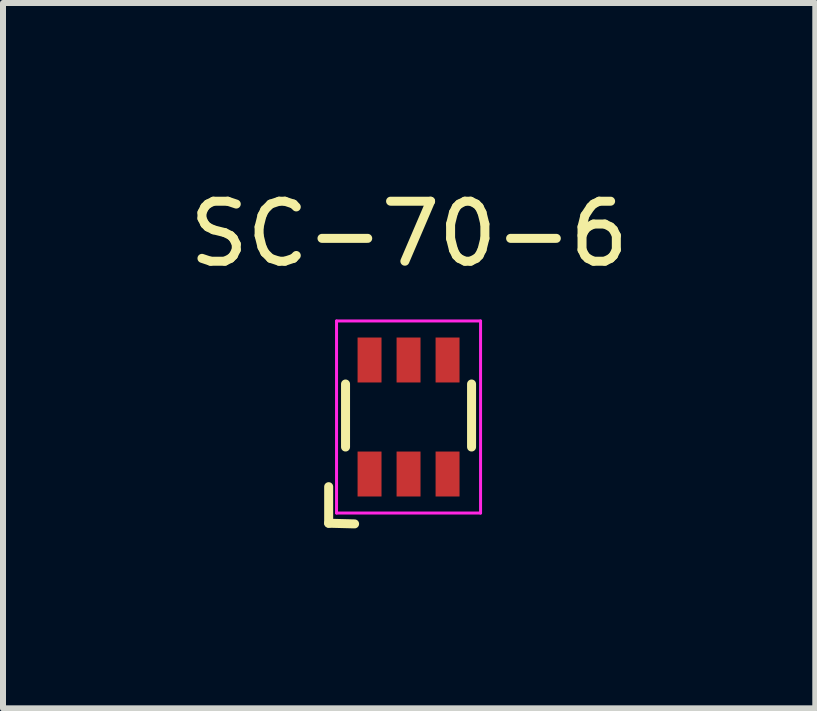
<source format=kicad_pcb>
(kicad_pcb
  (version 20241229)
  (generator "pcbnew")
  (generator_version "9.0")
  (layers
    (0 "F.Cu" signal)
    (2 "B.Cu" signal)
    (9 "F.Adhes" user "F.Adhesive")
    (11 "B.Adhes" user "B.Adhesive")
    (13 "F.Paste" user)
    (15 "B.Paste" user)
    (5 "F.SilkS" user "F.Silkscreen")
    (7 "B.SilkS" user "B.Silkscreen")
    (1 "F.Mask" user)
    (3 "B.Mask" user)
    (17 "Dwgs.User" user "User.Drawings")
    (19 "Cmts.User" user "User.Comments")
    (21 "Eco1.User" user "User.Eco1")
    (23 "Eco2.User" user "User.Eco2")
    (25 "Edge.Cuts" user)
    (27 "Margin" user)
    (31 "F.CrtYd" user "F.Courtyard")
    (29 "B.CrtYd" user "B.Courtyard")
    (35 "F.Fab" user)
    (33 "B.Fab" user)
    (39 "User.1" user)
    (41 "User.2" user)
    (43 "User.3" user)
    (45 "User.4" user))
  (footprint "SC-70-6"
    (layer "F.Cu")
    (at 3.758 3.899)
    (property "Reference" "SC-70-6" (at 0.01 -3.051 0) (layer "F.SilkS") (effects (font (size 1 1) (thickness 0.15))))
    (attr smd)
    (fp_line (start -1.331 1.161) (end -1.331 1.77) (stroke (width 0.15) (type solid)) (layer "F.SilkS"))
    (fp_line (start -1.331 1.77) (end -0.899 1.781) (stroke (width 0.15) (type solid)) (layer "F.SilkS"))
    (fp_line (start -1.05 -0.55) (end -1.05 0.5) (stroke (width 0.15) (type solid)) (layer "F.SilkS"))
    (fp_line (start 1.05 0.5) (end 1.05 -0.55) (stroke (width 0.15) (type solid)) (layer "F.SilkS"))
    (fp_line (start -1.2 -1.6) (end 1.2 -1.6) (stroke (width 0.05) (type solid)) (layer "F.CrtYd"))
    (fp_line (start -1.2 1.6) (end -1.2 -1.6) (stroke (width 0.05) (type solid)) (layer "F.CrtYd"))
    (fp_line (start 1.2 -1.6) (end 1.2 1.6) (stroke (width 0.05) (type solid)) (layer "F.CrtYd"))
    (fp_line (start 1.2 1.6) (end -1.2 1.6) (stroke (width 0.05) (type solid)) (layer "F.CrtYd"))
    (pad "1" smd rect (at -0.65 0.95) (size 0.399 0.749) (layers "F.Cu" "F.Mask" "F.Paste"))
    (pad "2" smd rect (at 0 0.95) (size 0.399 0.749) (layers "F.Cu" "F.Mask" "F.Paste"))
    (pad "3" smd rect (at 0.65 0.95) (size 0.399 0.749) (layers "F.Cu" "F.Mask" "F.Paste"))
    (pad "4" smd rect (at 0.65 -0.95) (size 0.399 0.749) (layers "F.Cu" "F.Mask" "F.Paste"))
    (pad "5" smd rect (at 0 -0.95) (size 0.399 0.749) (layers "F.Cu" "F.Mask" "F.Paste"))
    (pad "6" smd rect (at -0.65 -0.95) (size 0.399 0.749) (layers "F.Cu" "F.Mask" "F.Paste")))
  (gr_rect
    (start -3 -3)
    (end 10.536 8.754)
    (stroke (width 0.1) (type default))
    (fill no)
    (layer "Edge.Cuts")))
</source>
